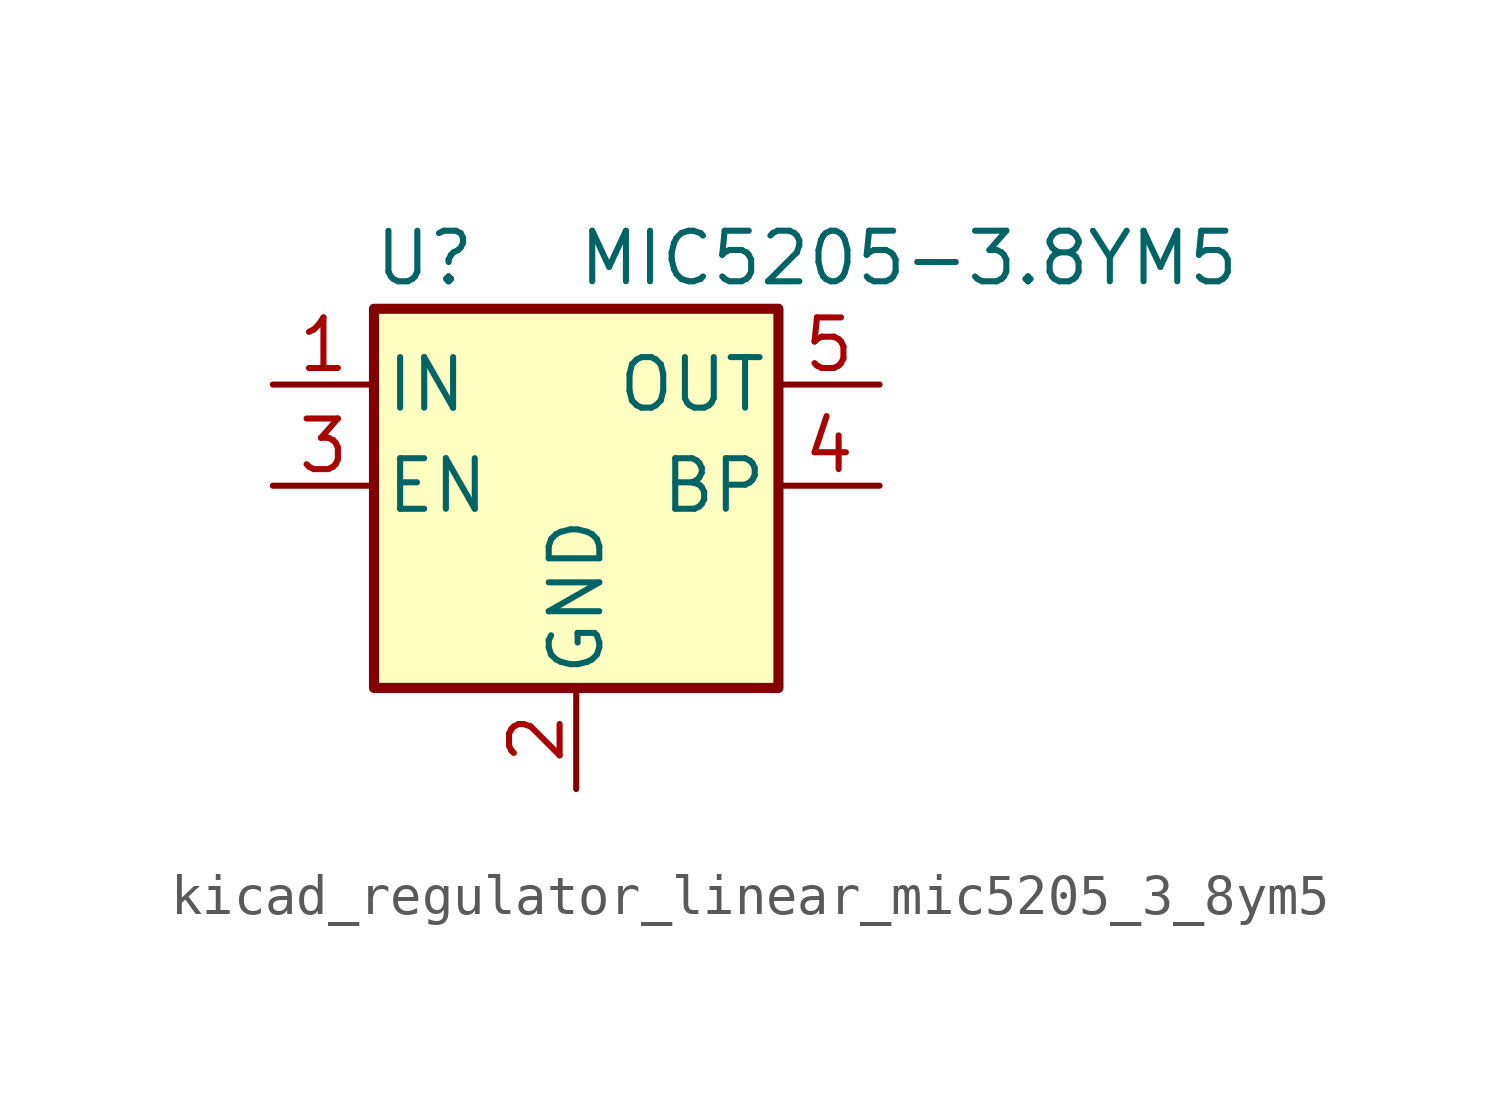
<source format=kicad_sym>
(kicad_symbol_lib
  (version 20220914)
  (generator kicad_symbol_editor)
  (symbol "kicad_regulator_linear_mic5205_3_8ym5"
    (pin_names
      (offset 0.254))
    (property "Reference" "U"
      (at -3.81 5.715 0)
      (effects (font (size 1.27 1.27))))
    (property "Value" "MIC5205-3.8YM5"
      (at 0 5.715 0)
      (effects (font (size 1.27 1.27)) (justify left)))
    (symbol "kicad_regulator_linear_mic5205_3_8ym5_0_1"
      (rectangle (start -5.08 4.445) (end 5.08 -5.08) (stroke (width 0.254) (type default)) (fill (type background))))
    (symbol "kicad_regulator_linear_mic5205_3_8ym5_1_1"
      (pin power_in line (at -7.62 2.54 0) (length 2.54) (name "IN" (effects (font (size 1.27 1.27)))) (number "1" (effects (font (size 1.27 1.27)))))
      (pin power_in line (at 0 -7.62 90) (length 2.54) (name "GND" (effects (font (size 1.27 1.27)))) (number "2" (effects (font (size 1.27 1.27)))))
      (pin input line (at -7.62 0 0) (length 2.54) (name "EN" (effects (font (size 1.27 1.27)))) (number "3" (effects (font (size 1.27 1.27)))))
      (pin input line (at 7.62 0 180) (length 2.54) (name "BP" (effects (font (size 1.27 1.27)))) (number "4" (effects (font (size 1.27 1.27)))))
      (pin power_out line (at 7.62 2.54 180) (length 2.54) (name "OUT" (effects (font (size 1.27 1.27)))) (number "5" (effects (font (size 1.27 1.27))))))))
</source>
